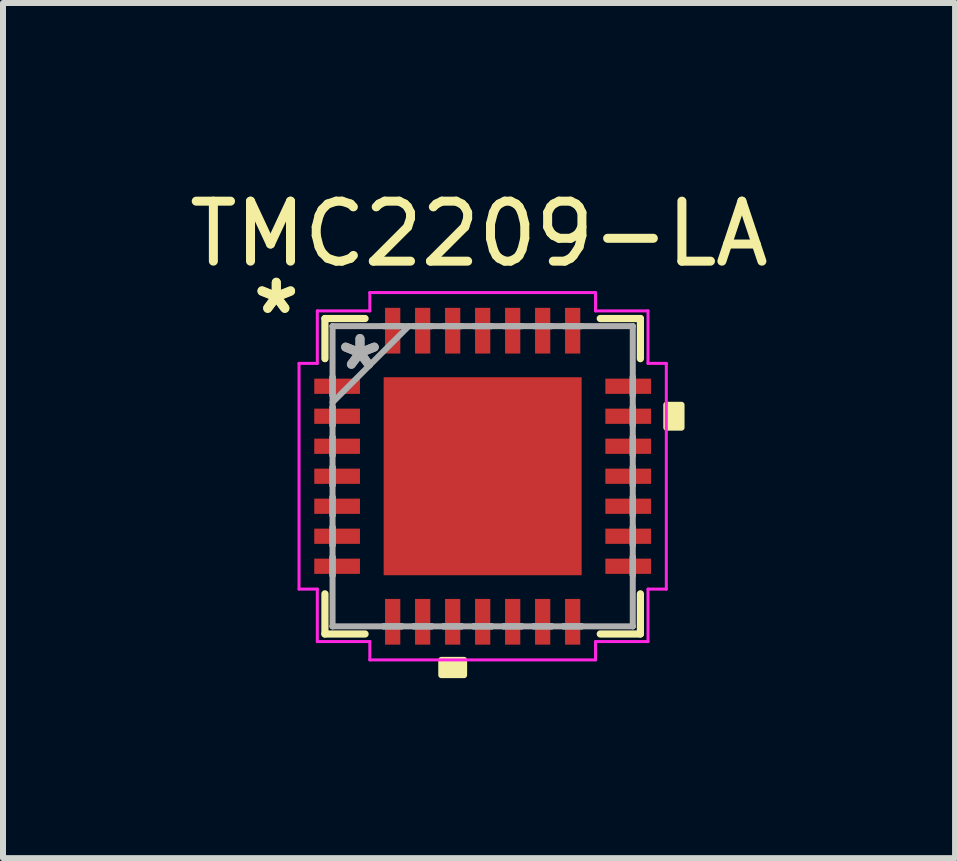
<source format=kicad_pcb>
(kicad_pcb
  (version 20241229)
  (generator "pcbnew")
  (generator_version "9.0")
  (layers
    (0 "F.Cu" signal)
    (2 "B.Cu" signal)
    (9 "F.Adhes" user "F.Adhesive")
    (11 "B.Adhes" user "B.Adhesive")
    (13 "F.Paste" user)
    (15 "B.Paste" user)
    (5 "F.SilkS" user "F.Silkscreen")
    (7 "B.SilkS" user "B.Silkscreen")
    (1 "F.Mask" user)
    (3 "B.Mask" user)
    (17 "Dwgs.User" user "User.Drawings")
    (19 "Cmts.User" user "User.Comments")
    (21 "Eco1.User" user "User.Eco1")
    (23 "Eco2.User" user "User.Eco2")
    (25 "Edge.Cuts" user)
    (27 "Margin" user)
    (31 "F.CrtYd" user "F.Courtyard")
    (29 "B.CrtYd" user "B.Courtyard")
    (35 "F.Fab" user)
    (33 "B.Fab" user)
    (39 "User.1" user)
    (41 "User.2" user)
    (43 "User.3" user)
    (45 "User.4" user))
  (footprint "TMC2209-LA"
    (layer "F.Cu")
    (at 4.995 4.888)
    (property "Reference" "TMC2209-LA" (at -0.06 -4.04 0) (layer "F.SilkS") (effects (font (size 1 1) (thickness 0.15))))
    (attr through_hole)
    (fp_line (start -2.629 -2.629) (end -2.629 -1.96) (stroke (width 0.12) (type solid)) (layer "F.SilkS"))
    (fp_line (start -2.629 1.96) (end -2.629 2.629) (stroke (width 0.12) (type solid)) (layer "F.SilkS"))
    (fp_line (start -2.629 2.629) (end -1.96 2.629) (stroke (width 0.12) (type solid)) (layer "F.SilkS"))
    (fp_line (start -1.96 -2.629) (end -2.629 -2.629) (stroke (width 0.12) (type solid)) (layer "F.SilkS"))
    (fp_line (start 1.96 2.629) (end 2.629 2.629) (stroke (width 0.12) (type solid)) (layer "F.SilkS"))
    (fp_line (start 2.629 -2.629) (end 1.96 -2.629) (stroke (width 0.12) (type solid)) (layer "F.SilkS"))
    (fp_line (start 2.629 -1.96) (end 2.629 -2.629) (stroke (width 0.12) (type solid)) (layer "F.SilkS"))
    (fp_line (start 2.629 2.629) (end 2.629 1.96) (stroke (width 0.12) (type solid)) (layer "F.SilkS"))
    (fp_poly (pts (xy -0.69 3.061) (xy -0.69 3.315) (xy -0.309 3.315) (xy -0.309 3.061)) (stroke (width 0.1) (type solid)) (fill yes) (layer "F.SilkS"))
    (fp_poly (pts (xy 3.315 -1.191) (xy 3.315 -0.81) (xy 3.061 -0.81) (xy 3.061 -1.191)) (stroke (width 0.1) (type solid)) (fill yes) (layer "F.SilkS"))
    (fp_poly (pts (xy -1.6 -0.535) (xy -1.6 0.535) (xy -0.735 0.535) (xy -0.735 -0.535)) (stroke (width 0.1) (type solid)) (fill yes) (layer "F.Paste"))
    (fp_poly (pts (xy -1.59 -1.6) (xy -1.59 -0.735) (xy -0.735 -0.735) (xy -0.735 -1.6)) (stroke (width 0.1) (type solid)) (fill yes) (layer "F.Paste"))
    (fp_poly (pts (xy -1.59 0.735) (xy -1.59 1.6) (xy -0.735 1.6) (xy -0.735 0.735)) (stroke (width 0.1) (type solid)) (fill yes) (layer "F.Paste"))
    (fp_poly (pts (xy -0.535 -1.59) (xy -0.535 -0.735) (xy 0.535 -0.735) (xy 0.535 -1.59)) (stroke (width 0.1) (type solid)) (fill yes) (layer "F.Paste"))
    (fp_poly (pts (xy -0.535 -0.535) (xy -0.535 0.535) (xy 0.535 0.535) (xy 0.535 -0.535)) (stroke (width 0.1) (type solid)) (fill yes) (layer "F.Paste"))
    (fp_poly (pts (xy -0.535 0.735) (xy -0.535 1.6) (xy 0.535 1.6) (xy 0.535 0.735)) (stroke (width 0.1) (type solid)) (fill yes) (layer "F.Paste"))
    (fp_poly (pts (xy 0.735 -1.59) (xy 0.735 -0.735) (xy 1.6 -0.735) (xy 1.6 -1.59)) (stroke (width 0.1) (type solid)) (fill yes) (layer "F.Paste"))
    (fp_poly (pts (xy 0.735 -0.535) (xy 0.735 0.535) (xy 1.58 0.535) (xy 1.58 -0.535)) (stroke (width 0.1) (type solid)) (fill yes) (layer "F.Paste"))
    (fp_poly (pts (xy 0.735 0.735) (xy 0.735 1.6) (xy 1.59 1.6) (xy 1.59 0.735)) (stroke (width 0.1) (type solid)) (fill yes) (layer "F.Paste"))
    (fp_line (start -3.061 -1.881) (end -2.756 -1.881) (stroke (width 0.05) (type solid)) (layer "F.CrtYd"))
    (fp_line (start -3.061 1.881) (end -3.061 -1.881) (stroke (width 0.05) (type solid)) (layer "F.CrtYd"))
    (fp_line (start -2.756 -2.756) (end -1.881 -2.756) (stroke (width 0.05) (type solid)) (layer "F.CrtYd"))
    (fp_line (start -2.756 -1.881) (end -2.756 -2.756) (stroke (width 0.05) (type solid)) (layer "F.CrtYd"))
    (fp_line (start -2.756 1.881) (end -3.061 1.881) (stroke (width 0.05) (type solid)) (layer "F.CrtYd"))
    (fp_line (start -2.756 2.756) (end -2.756 1.881) (stroke (width 0.05) (type solid)) (layer "F.CrtYd"))
    (fp_line (start -1.881 -3.061) (end 1.881 -3.061) (stroke (width 0.05) (type solid)) (layer "F.CrtYd"))
    (fp_line (start -1.881 -2.756) (end -1.881 -3.061) (stroke (width 0.05) (type solid)) (layer "F.CrtYd"))
    (fp_line (start -1.881 2.756) (end -2.756 2.756) (stroke (width 0.05) (type solid)) (layer "F.CrtYd"))
    (fp_line (start -1.881 3.061) (end -1.881 2.756) (stroke (width 0.05) (type solid)) (layer "F.CrtYd"))
    (fp_line (start 1.881 -3.061) (end 1.881 -2.756) (stroke (width 0.05) (type solid)) (layer "F.CrtYd"))
    (fp_line (start 1.881 -2.756) (end 2.756 -2.756) (stroke (width 0.05) (type solid)) (layer "F.CrtYd"))
    (fp_line (start 1.881 2.756) (end 1.881 3.061) (stroke (width 0.05) (type solid)) (layer "F.CrtYd"))
    (fp_line (start 1.881 3.061) (end -1.881 3.061) (stroke (width 0.05) (type solid)) (layer "F.CrtYd"))
    (fp_line (start 2.756 -2.756) (end 2.756 -1.881) (stroke (width 0.05) (type solid)) (layer "F.CrtYd"))
    (fp_line (start 2.756 -1.881) (end 3.061 -1.881) (stroke (width 0.05) (type solid)) (layer "F.CrtYd"))
    (fp_line (start 2.756 1.881) (end 2.756 2.756) (stroke (width 0.05) (type solid)) (layer "F.CrtYd"))
    (fp_line (start 2.756 2.756) (end 1.881 2.756) (stroke (width 0.05) (type solid)) (layer "F.CrtYd"))
    (fp_line (start 3.061 -1.881) (end 3.061 1.881) (stroke (width 0.05) (type solid)) (layer "F.CrtYd"))
    (fp_line (start 3.061 1.881) (end 2.756 1.881) (stroke (width 0.05) (type solid)) (layer "F.CrtYd"))
    (fp_line (start -2.502 -2.502) (end -2.502 -2.502) (stroke (width 0.1) (type solid)) (layer "F.Fab"))
    (fp_line (start -2.502 -2.502) (end -2.502 2.502) (stroke (width 0.1) (type solid)) (layer "F.Fab"))
    (fp_line (start -2.502 -1.652) (end -2.502 -1.652) (stroke (width 0.1) (type solid)) (layer "F.Fab"))
    (fp_line (start -2.502 -1.652) (end -2.502 -1.348) (stroke (width 0.1) (type solid)) (layer "F.Fab"))
    (fp_line (start -2.502 -1.348) (end -2.502 -1.652) (stroke (width 0.1) (type solid)) (layer "F.Fab"))
    (fp_line (start -2.502 -1.348) (end -2.502 -1.348) (stroke (width 0.1) (type solid)) (layer "F.Fab"))
    (fp_line (start -2.502 -1.232) (end -1.232 -2.502) (stroke (width 0.1) (type solid)) (layer "F.Fab"))
    (fp_line (start -2.502 -1.152) (end -2.502 -1.152) (stroke (width 0.1) (type solid)) (layer "F.Fab"))
    (fp_line (start -2.502 -1.152) (end -2.502 -0.848) (stroke (width 0.1) (type solid)) (layer "F.Fab"))
    (fp_line (start -2.502 -0.848) (end -2.502 -1.152) (stroke (width 0.1) (type solid)) (layer "F.Fab"))
    (fp_line (start -2.502 -0.848) (end -2.502 -0.848) (stroke (width 0.1) (type solid)) (layer "F.Fab"))
    (fp_line (start -2.502 -0.652) (end -2.502 -0.652) (stroke (width 0.1) (type solid)) (layer "F.Fab"))
    (fp_line (start -2.502 -0.652) (end -2.502 -0.348) (stroke (width 0.1) (type solid)) (layer "F.Fab"))
    (fp_line (start -2.502 -0.348) (end -2.502 -0.652) (stroke (width 0.1) (type solid)) (layer "F.Fab"))
    (fp_line (start -2.502 -0.348) (end -2.502 -0.348) (stroke (width 0.1) (type solid)) (layer "F.Fab"))
    (fp_line (start -2.502 -0.152) (end -2.502 -0.152) (stroke (width 0.1) (type solid)) (layer "F.Fab"))
    (fp_line (start -2.502 -0.152) (end -2.502 0.152) (stroke (width 0.1) (type solid)) (layer "F.Fab"))
    (fp_line (start -2.502 0.152) (end -2.502 -0.152) (stroke (width 0.1) (type solid)) (layer "F.Fab"))
    (fp_line (start -2.502 0.152) (end -2.502 0.152) (stroke (width 0.1) (type solid)) (layer "F.Fab"))
    (fp_line (start -2.502 0.348) (end -2.502 0.348) (stroke (width 0.1) (type solid)) (layer "F.Fab"))
    (fp_line (start -2.502 0.348) (end -2.502 0.652) (stroke (width 0.1) (type solid)) (layer "F.Fab"))
    (fp_line (start -2.502 0.652) (end -2.502 0.348) (stroke (width 0.1) (type solid)) (layer "F.Fab"))
    (fp_line (start -2.502 0.652) (end -2.502 0.652) (stroke (width 0.1) (type solid)) (layer "F.Fab"))
    (fp_line (start -2.502 0.848) (end -2.502 0.848) (stroke (width 0.1) (type solid)) (layer "F.Fab"))
    (fp_line (start -2.502 0.848) (end -2.502 1.152) (stroke (width 0.1) (type solid)) (layer "F.Fab"))
    (fp_line (start -2.502 1.152) (end -2.502 0.848) (stroke (width 0.1) (type solid)) (layer "F.Fab"))
    (fp_line (start -2.502 1.152) (end -2.502 1.152) (stroke (width 0.1) (type solid)) (layer "F.Fab"))
    (fp_line (start -2.502 1.348) (end -2.502 1.348) (stroke (width 0.1) (type solid)) (layer "F.Fab"))
    (fp_line (start -2.502 1.348) (end -2.502 1.652) (stroke (width 0.1) (type solid)) (layer "F.Fab"))
    (fp_line (start -2.502 1.652) (end -2.502 1.348) (stroke (width 0.1) (type solid)) (layer "F.Fab"))
    (fp_line (start -2.502 1.652) (end -2.502 1.652) (stroke (width 0.1) (type solid)) (layer "F.Fab"))
    (fp_line (start -2.502 2.502) (end -2.502 2.502) (stroke (width 0.1) (type solid)) (layer "F.Fab"))
    (fp_line (start -2.502 2.502) (end 2.502 2.502) (stroke (width 0.1) (type solid)) (layer "F.Fab"))
    (fp_line (start -1.652 -2.502) (end -1.652 -2.502) (stroke (width 0.1) (type solid)) (layer "F.Fab"))
    (fp_line (start -1.652 -2.502) (end -1.348 -2.502) (stroke (width 0.1) (type solid)) (layer "F.Fab"))
    (fp_line (start -1.652 2.502) (end -1.652 2.502) (stroke (width 0.1) (type solid)) (layer "F.Fab"))
    (fp_line (start -1.652 2.502) (end -1.348 2.502) (stroke (width 0.1) (type solid)) (layer "F.Fab"))
    (fp_line (start -1.348 -2.502) (end -1.652 -2.502) (stroke (width 0.1) (type solid)) (layer "F.Fab"))
    (fp_line (start -1.348 -2.502) (end -1.348 -2.502) (stroke (width 0.1) (type solid)) (layer "F.Fab"))
    (fp_line (start -1.348 2.502) (end -1.652 2.502) (stroke (width 0.1) (type solid)) (layer "F.Fab"))
    (fp_line (start -1.348 2.502) (end -1.348 2.502) (stroke (width 0.1) (type solid)) (layer "F.Fab"))
    (fp_line (start -1.152 -2.502) (end -1.152 -2.502) (stroke (width 0.1) (type solid)) (layer "F.Fab"))
    (fp_line (start -1.152 -2.502) (end -0.848 -2.502) (stroke (width 0.1) (type solid)) (layer "F.Fab"))
    (fp_line (start -1.152 2.502) (end -1.152 2.502) (stroke (width 0.1) (type solid)) (layer "F.Fab"))
    (fp_line (start -1.152 2.502) (end -0.848 2.502) (stroke (width 0.1) (type solid)) (layer "F.Fab"))
    (fp_line (start -0.848 -2.502) (end -1.152 -2.502) (stroke (width 0.1) (type solid)) (layer "F.Fab"))
    (fp_line (start -0.848 -2.502) (end -0.848 -2.502) (stroke (width 0.1) (type solid)) (layer "F.Fab"))
    (fp_line (start -0.848 2.502) (end -1.152 2.502) (stroke (width 0.1) (type solid)) (layer "F.Fab"))
    (fp_line (start -0.848 2.502) (end -0.848 2.502) (stroke (width 0.1) (type solid)) (layer "F.Fab"))
    (fp_line (start -0.652 -2.502) (end -0.652 -2.502) (stroke (width 0.1) (type solid)) (layer "F.Fab"))
    (fp_line (start -0.652 -2.502) (end -0.348 -2.502) (stroke (width 0.1) (type solid)) (layer "F.Fab"))
    (fp_line (start -0.652 2.502) (end -0.652 2.502) (stroke (width 0.1) (type solid)) (layer "F.Fab"))
    (fp_line (start -0.652 2.502) (end -0.348 2.502) (stroke (width 0.1) (type solid)) (layer "F.Fab"))
    (fp_line (start -0.348 -2.502) (end -0.652 -2.502) (stroke (width 0.1) (type solid)) (layer "F.Fab"))
    (fp_line (start -0.348 -2.502) (end -0.348 -2.502) (stroke (width 0.1) (type solid)) (layer "F.Fab"))
    (fp_line (start -0.348 2.502) (end -0.652 2.502) (stroke (width 0.1) (type solid)) (layer "F.Fab"))
    (fp_line (start -0.348 2.502) (end -0.348 2.502) (stroke (width 0.1) (type solid)) (layer "F.Fab"))
    (fp_line (start -0.152 -2.502) (end -0.152 -2.502) (stroke (width 0.1) (type solid)) (layer "F.Fab"))
    (fp_line (start -0.152 -2.502) (end 0.152 -2.502) (stroke (width 0.1) (type solid)) (layer "F.Fab"))
    (fp_line (start -0.152 2.502) (end -0.152 2.502) (stroke (width 0.1) (type solid)) (layer "F.Fab"))
    (fp_line (start -0.152 2.502) (end 0.152 2.502) (stroke (width 0.1) (type solid)) (layer "F.Fab"))
    (fp_line (start 0.152 -2.502) (end -0.152 -2.502) (stroke (width 0.1) (type solid)) (layer "F.Fab"))
    (fp_line (start 0.152 -2.502) (end 0.152 -2.502) (stroke (width 0.1) (type solid)) (layer "F.Fab"))
    (fp_line (start 0.152 2.502) (end -0.152 2.502) (stroke (width 0.1) (type solid)) (layer "F.Fab"))
    (fp_line (start 0.152 2.502) (end 0.152 2.502) (stroke (width 0.1) (type solid)) (layer "F.Fab"))
    (fp_line (start 0.348 -2.502) (end 0.348 -2.502) (stroke (width 0.1) (type solid)) (layer "F.Fab"))
    (fp_line (start 0.348 -2.502) (end 0.652 -2.502) (stroke (width 0.1) (type solid)) (layer "F.Fab"))
    (fp_line (start 0.348 2.502) (end 0.348 2.502) (stroke (width 0.1) (type solid)) (layer "F.Fab"))
    (fp_line (start 0.348 2.502) (end 0.652 2.502) (stroke (width 0.1) (type solid)) (layer "F.Fab"))
    (fp_line (start 0.652 -2.502) (end 0.348 -2.502) (stroke (width 0.1) (type solid)) (layer "F.Fab"))
    (fp_line (start 0.652 -2.502) (end 0.652 -2.502) (stroke (width 0.1) (type solid)) (layer "F.Fab"))
    (fp_line (start 0.652 2.502) (end 0.348 2.502) (stroke (width 0.1) (type solid)) (layer "F.Fab"))
    (fp_line (start 0.652 2.502) (end 0.652 2.502) (stroke (width 0.1) (type solid)) (layer "F.Fab"))
    (fp_line (start 0.848 -2.502) (end 0.848 -2.502) (stroke (width 0.1) (type solid)) (layer "F.Fab"))
    (fp_line (start 0.848 -2.502) (end 1.152 -2.502) (stroke (width 0.1) (type solid)) (layer "F.Fab"))
    (fp_line (start 0.848 2.502) (end 0.848 2.502) (stroke (width 0.1) (type solid)) (layer "F.Fab"))
    (fp_line (start 0.848 2.502) (end 1.152 2.502) (stroke (width 0.1) (type solid)) (layer "F.Fab"))
    (fp_line (start 1.152 -2.502) (end 0.848 -2.502) (stroke (width 0.1) (type solid)) (layer "F.Fab"))
    (fp_line (start 1.152 -2.502) (end 1.152 -2.502) (stroke (width 0.1) (type solid)) (layer "F.Fab"))
    (fp_line (start 1.152 2.502) (end 0.848 2.502) (stroke (width 0.1) (type solid)) (layer "F.Fab"))
    (fp_line (start 1.152 2.502) (end 1.152 2.502) (stroke (width 0.1) (type solid)) (layer "F.Fab"))
    (fp_line (start 1.348 -2.502) (end 1.348 -2.502) (stroke (width 0.1) (type solid)) (layer "F.Fab"))
    (fp_line (start 1.348 -2.502) (end 1.652 -2.502) (stroke (width 0.1) (type solid)) (layer "F.Fab"))
    (fp_line (start 1.348 2.502) (end 1.348 2.502) (stroke (width 0.1) (type solid)) (layer "F.Fab"))
    (fp_line (start 1.348 2.502) (end 1.652 2.502) (stroke (width 0.1) (type solid)) (layer "F.Fab"))
    (fp_line (start 1.652 -2.502) (end 1.348 -2.502) (stroke (width 0.1) (type solid)) (layer "F.Fab"))
    (fp_line (start 1.652 -2.502) (end 1.652 -2.502) (stroke (width 0.1) (type solid)) (layer "F.Fab"))
    (fp_line (start 1.652 2.502) (end 1.348 2.502) (stroke (width 0.1) (type solid)) (layer "F.Fab"))
    (fp_line (start 1.652 2.502) (end 1.652 2.502) (stroke (width 0.1) (type solid)) (layer "F.Fab"))
    (fp_line (start 2.502 -2.502) (end -2.502 -2.502) (stroke (width 0.1) (type solid)) (layer "F.Fab"))
    (fp_line (start 2.502 -2.502) (end 2.502 -2.502) (stroke (width 0.1) (type solid)) (layer "F.Fab"))
    (fp_line (start 2.502 -1.652) (end 2.502 -1.652) (stroke (width 0.1) (type solid)) (layer "F.Fab"))
    (fp_line (start 2.502 -1.652) (end 2.502 -1.348) (stroke (width 0.1) (type solid)) (layer "F.Fab"))
    (fp_line (start 2.502 -1.348) (end 2.502 -1.652) (stroke (width 0.1) (type solid)) (layer "F.Fab"))
    (fp_line (start 2.502 -1.348) (end 2.502 -1.348) (stroke (width 0.1) (type solid)) (layer "F.Fab"))
    (fp_line (start 2.502 -1.152) (end 2.502 -1.152) (stroke (width 0.1) (type solid)) (layer "F.Fab"))
    (fp_line (start 2.502 -1.152) (end 2.502 -0.848) (stroke (width 0.1) (type solid)) (layer "F.Fab"))
    (fp_line (start 2.502 -0.848) (end 2.502 -1.152) (stroke (width 0.1) (type solid)) (layer "F.Fab"))
    (fp_line (start 2.502 -0.848) (end 2.502 -0.848) (stroke (width 0.1) (type solid)) (layer "F.Fab"))
    (fp_line (start 2.502 -0.652) (end 2.502 -0.652) (stroke (width 0.1) (type solid)) (layer "F.Fab"))
    (fp_line (start 2.502 -0.652) (end 2.502 -0.348) (stroke (width 0.1) (type solid)) (layer "F.Fab"))
    (fp_line (start 2.502 -0.348) (end 2.502 -0.652) (stroke (width 0.1) (type solid)) (layer "F.Fab"))
    (fp_line (start 2.502 -0.348) (end 2.502 -0.348) (stroke (width 0.1) (type solid)) (layer "F.Fab"))
    (fp_line (start 2.502 -0.152) (end 2.502 -0.152) (stroke (width 0.1) (type solid)) (layer "F.Fab"))
    (fp_line (start 2.502 -0.152) (end 2.502 0.152) (stroke (width 0.1) (type solid)) (layer "F.Fab"))
    (fp_line (start 2.502 0.152) (end 2.502 -0.152) (stroke (width 0.1) (type solid)) (layer "F.Fab"))
    (fp_line (start 2.502 0.152) (end 2.502 0.152) (stroke (width 0.1) (type solid)) (layer "F.Fab"))
    (fp_line (start 2.502 0.348) (end 2.502 0.348) (stroke (width 0.1) (type solid)) (layer "F.Fab"))
    (fp_line (start 2.502 0.348) (end 2.502 0.652) (stroke (width 0.1) (type solid)) (layer "F.Fab"))
    (fp_line (start 2.502 0.652) (end 2.502 0.348) (stroke (width 0.1) (type solid)) (layer "F.Fab"))
    (fp_line (start 2.502 0.652) (end 2.502 0.652) (stroke (width 0.1) (type solid)) (layer "F.Fab"))
    (fp_line (start 2.502 0.848) (end 2.502 0.848) (stroke (width 0.1) (type solid)) (layer "F.Fab"))
    (fp_line (start 2.502 0.848) (end 2.502 1.152) (stroke (width 0.1) (type solid)) (layer "F.Fab"))
    (fp_line (start 2.502 1.152) (end 2.502 0.848) (stroke (width 0.1) (type solid)) (layer "F.Fab"))
    (fp_line (start 2.502 1.152) (end 2.502 1.152) (stroke (width 0.1) (type solid)) (layer "F.Fab"))
    (fp_line (start 2.502 1.348) (end 2.502 1.348) (stroke (width 0.1) (type solid)) (layer "F.Fab"))
    (fp_line (start 2.502 1.348) (end 2.502 1.652) (stroke (width 0.1) (type solid)) (layer "F.Fab"))
    (fp_line (start 2.502 1.652) (end 2.502 1.348) (stroke (width 0.1) (type solid)) (layer "F.Fab"))
    (fp_line (start 2.502 1.652) (end 2.502 1.652) (stroke (width 0.1) (type solid)) (layer "F.Fab"))
    (fp_line (start 2.502 2.502) (end 2.502 -2.502) (stroke (width 0.1) (type solid)) (layer "F.Fab"))
    (fp_line (start 2.502 2.502) (end 2.502 2.502) (stroke (width 0.1) (type solid)) (layer "F.Fab"))
    (fp_text user "*" (at -3.44 -2.68 0) (layer "F.SilkS") (effects (font (size 1 1) (thickness 0.15))))
    (fp_text user "*" (at -3.44 -2.69 0) (layer "F.SilkS") (effects (font (size 1 1) (thickness 0.15))))
    (fp_text user "*" (at -2.045 -1.75 0) (layer "F.Fab") (effects (font (size 1 1) (thickness 0.15))))
    (fp_text user "*" (at -2.045 -1.75 0) (layer "F.Fab") (effects (font (size 1 1) (thickness 0.15))))
    (pad "1" smd rect (at -2.426 -1.5 90) (size 0.254 0.762) (layers "F.Cu" "F.Mask" "F.Paste"))
    (pad "2" smd rect (at -2.426 -1 90) (size 0.254 0.762) (layers "F.Cu" "F.Mask" "F.Paste"))
    (pad "3" smd rect (at -2.426 -0.5 90) (size 0.254 0.762) (layers "F.Cu" "F.Mask" "F.Paste"))
    (pad "4" smd rect (at -2.426 0 90) (size 0.254 0.762) (layers "F.Cu" "F.Mask" "F.Paste"))
    (pad "5" smd rect (at -2.426 0.5 90) (size 0.254 0.762) (layers "F.Cu" "F.Mask" "F.Paste"))
    (pad "6" smd rect (at -2.426 1 90) (size 0.254 0.762) (layers "F.Cu" "F.Mask" "F.Paste"))
    (pad "7" smd rect (at -2.426 1.5 90) (size 0.254 0.762) (layers "F.Cu" "F.Mask" "F.Paste"))
    (pad "8" smd rect (at -1.5 2.426) (size 0.254 0.762) (layers "F.Cu" "F.Mask" "F.Paste"))
    (pad "9" smd rect (at -1 2.426) (size 0.254 0.762) (layers "F.Cu" "F.Mask" "F.Paste"))
    (pad "10" smd rect (at -0.5 2.426) (size 0.254 0.762) (layers "F.Cu" "F.Mask" "F.Paste"))
    (pad "11" smd rect (at 0 2.426) (size 0.254 0.762) (layers "F.Cu" "F.Mask" "F.Paste"))
    (pad "12" smd rect (at 0.5 2.426) (size 0.254 0.762) (layers "F.Cu" "F.Mask" "F.Paste"))
    (pad "13" smd rect (at 1 2.426) (size 0.254 0.762) (layers "F.Cu" "F.Mask" "F.Paste"))
    (pad "14" smd rect (at 1.5 2.426) (size 0.254 0.762) (layers "F.Cu" "F.Mask" "F.Paste"))
    (pad "15" smd rect (at 2.426 1.5 90) (size 0.254 0.762) (layers "F.Cu" "F.Mask" "F.Paste"))
    (pad "16" smd rect (at 2.426 1 90) (size 0.254 0.762) (layers "F.Cu" "F.Mask" "F.Paste"))
    (pad "17" smd rect (at 2.426 0.5 90) (size 0.254 0.762) (layers "F.Cu" "F.Mask" "F.Paste"))
    (pad "18" smd rect (at 2.426 0 90) (size 0.254 0.762) (layers "F.Cu" "F.Mask" "F.Paste"))
    (pad "19" smd rect (at 2.426 -0.5 90) (size 0.254 0.762) (layers "F.Cu" "F.Mask" "F.Paste"))
    (pad "20" smd rect (at 2.426 -1 90) (size 0.254 0.762) (layers "F.Cu" "F.Mask" "F.Paste"))
    (pad "21" smd rect (at 2.426 -1.5 90) (size 0.254 0.762) (layers "F.Cu" "F.Mask" "F.Paste"))
    (pad "22" smd rect (at 1.5 -2.426) (size 0.254 0.762) (layers "F.Cu" "F.Mask" "F.Paste"))
    (pad "23" smd rect (at 1 -2.426) (size 0.254 0.762) (layers "F.Cu" "F.Mask" "F.Paste"))
    (pad "24" smd rect (at 0.5 -2.426) (size 0.254 0.762) (layers "F.Cu" "F.Mask" "F.Paste"))
    (pad "25" smd rect (at 0 -2.426) (size 0.254 0.762) (layers "F.Cu" "F.Mask" "F.Paste"))
    (pad "26" smd rect (at -0.5 -2.426) (size 0.254 0.762) (layers "F.Cu" "F.Mask" "F.Paste"))
    (pad "27" smd rect (at -1 -2.426) (size 0.254 0.762) (layers "F.Cu" "F.Mask" "F.Paste"))
    (pad "28" smd rect (at -1.5 -2.426) (size 0.254 0.762) (layers "F.Cu" "F.Mask" "F.Paste"))
    (pad "29" smd rect (at 0 0) (size 3.3 3.3) (layers "F.Cu" "F.Mask")))
  (gr_rect
    (start -3 -3)
    (end 12.869 11.253)
    (stroke (width 0.1) (type default))
    (fill no)
    (layer "Edge.Cuts")))
</source>
